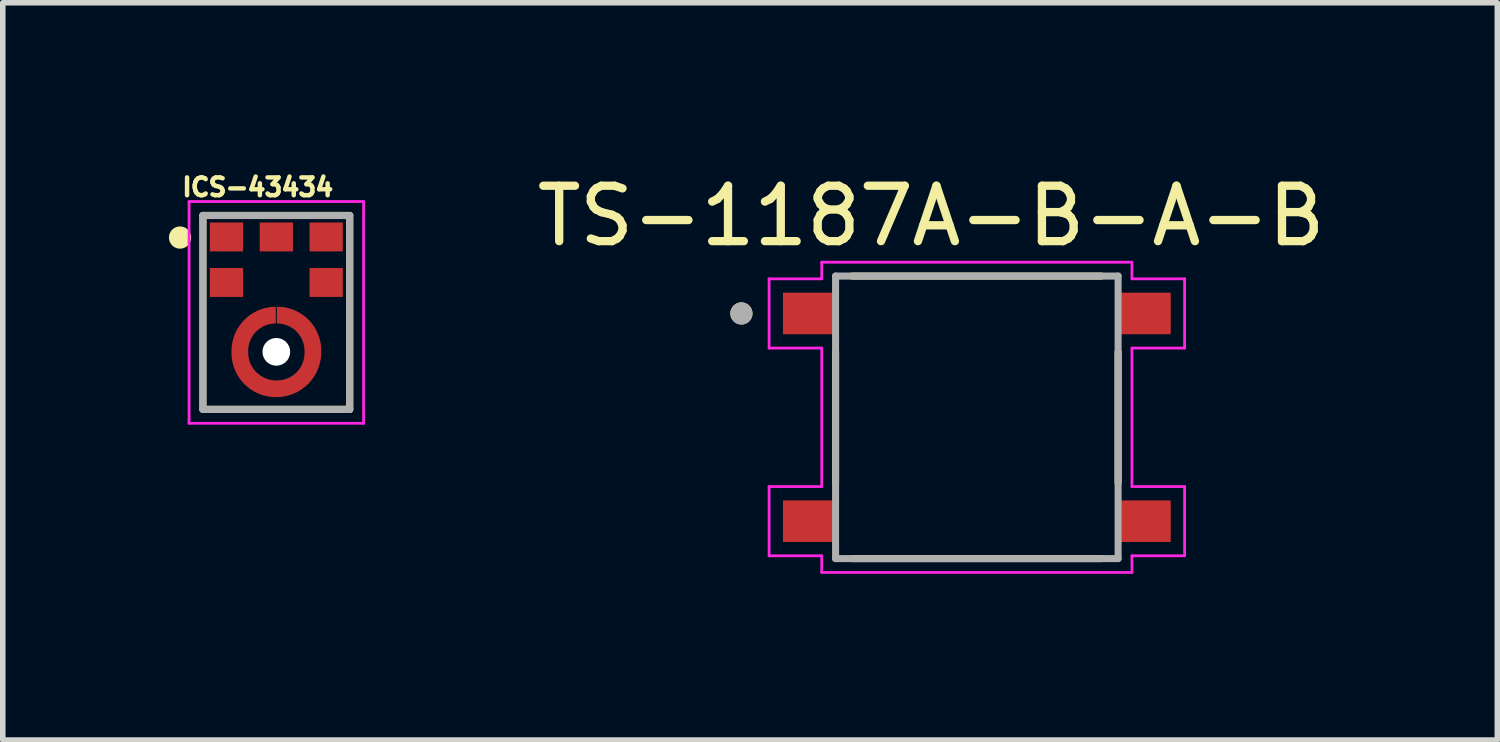
<source format=kicad_pcb>
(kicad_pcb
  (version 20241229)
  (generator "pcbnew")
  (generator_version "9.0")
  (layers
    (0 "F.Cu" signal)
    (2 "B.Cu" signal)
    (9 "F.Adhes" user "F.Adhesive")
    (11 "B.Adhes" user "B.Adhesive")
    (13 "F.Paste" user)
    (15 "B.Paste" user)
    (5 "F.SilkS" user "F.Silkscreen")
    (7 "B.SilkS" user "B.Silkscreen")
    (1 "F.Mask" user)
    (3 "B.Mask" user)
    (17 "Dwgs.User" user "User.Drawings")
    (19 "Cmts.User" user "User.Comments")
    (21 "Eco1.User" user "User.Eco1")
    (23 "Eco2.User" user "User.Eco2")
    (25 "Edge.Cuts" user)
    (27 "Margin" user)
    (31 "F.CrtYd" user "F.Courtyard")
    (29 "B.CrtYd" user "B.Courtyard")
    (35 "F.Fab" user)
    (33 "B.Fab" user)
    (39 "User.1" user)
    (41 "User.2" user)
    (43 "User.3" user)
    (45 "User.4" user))
  (footprint "TS-1187A-B-A-B"
    (layer "F.Cu")
    (at 14.583 4.483)
    (property "Reference" "TS-1187A-B-A-B" (at -0.825 -3.635 0) (layer "F.SilkS") (effects (font (size 1 1) (thickness 0.15))))
    (attr smd)
    (fp_line (start -2.55 -1.18) (end -2.55 1.18) (stroke (width 0.127) (type solid)) (layer "F.SilkS"))
    (fp_line (start 2.25 -2.55) (end -2.25 -2.55) (stroke (width 0.127) (type solid)) (layer "F.SilkS"))
    (fp_line (start 2.25 2.55) (end -2.25 2.55) (stroke (width 0.127) (type solid)) (layer "F.SilkS"))
    (fp_line (start 2.55 1.18) (end 2.55 -1.18) (stroke (width 0.127) (type solid)) (layer "F.SilkS"))
    (fp_circle (center -4.25 -1.875) (end -4.15 -1.875) (stroke (width 0.2) (type solid)) (fill no) (layer "F.SilkS"))
    (fp_line (start -3.75 -2.5) (end -3.75 -1.25) (stroke (width 0.05) (type solid)) (layer "F.CrtYd"))
    (fp_line (start -3.75 -2.5) (end -2.8 -2.5) (stroke (width 0.05) (type solid)) (layer "F.CrtYd"))
    (fp_line (start -3.75 -1.25) (end -2.8 -1.25) (stroke (width 0.05) (type solid)) (layer "F.CrtYd"))
    (fp_line (start -3.75 1.25) (end -2.8 1.25) (stroke (width 0.05) (type solid)) (layer "F.CrtYd"))
    (fp_line (start -3.75 2.5) (end -3.75 1.25) (stroke (width 0.05) (type solid)) (layer "F.CrtYd"))
    (fp_line (start -3.75 2.5) (end -2.8 2.5) (stroke (width 0.05) (type solid)) (layer "F.CrtYd"))
    (fp_line (start -2.8 -2.8) (end -2.8 -2.5) (stroke (width 0.05) (type solid)) (layer "F.CrtYd"))
    (fp_line (start -2.8 -1.25) (end -2.8 1.25) (stroke (width 0.05) (type solid)) (layer "F.CrtYd"))
    (fp_line (start -2.8 2.8) (end -2.8 2.5) (stroke (width 0.05) (type solid)) (layer "F.CrtYd"))
    (fp_line (start -2.8 2.8) (end 2.8 2.8) (stroke (width 0.05) (type solid)) (layer "F.CrtYd"))
    (fp_line (start 2.8 -2.8) (end -2.8 -2.8) (stroke (width 0.05) (type solid)) (layer "F.CrtYd"))
    (fp_line (start 2.8 -2.8) (end 2.8 -2.5) (stroke (width 0.05) (type solid)) (layer "F.CrtYd"))
    (fp_line (start 2.8 -1.25) (end 2.8 1.25) (stroke (width 0.05) (type solid)) (layer "F.CrtYd"))
    (fp_line (start 2.8 2.8) (end 2.8 2.5) (stroke (width 0.05) (type solid)) (layer "F.CrtYd"))
    (fp_line (start 3.75 -2.5) (end 2.8 -2.5) (stroke (width 0.05) (type solid)) (layer "F.CrtYd"))
    (fp_line (start 3.75 -2.5) (end 3.75 -1.25) (stroke (width 0.05) (type solid)) (layer "F.CrtYd"))
    (fp_line (start 3.75 -1.25) (end 2.8 -1.25) (stroke (width 0.05) (type solid)) (layer "F.CrtYd"))
    (fp_line (start 3.75 1.25) (end 2.8 1.25) (stroke (width 0.05) (type solid)) (layer "F.CrtYd"))
    (fp_line (start 3.75 2.5) (end 2.8 2.5) (stroke (width 0.05) (type solid)) (layer "F.CrtYd"))
    (fp_line (start 3.75 2.5) (end 3.75 1.25) (stroke (width 0.05) (type solid)) (layer "F.CrtYd"))
    (fp_line (start -2.55 -2.55) (end -2.55 2.55) (stroke (width 0.127) (type solid)) (layer "F.Fab"))
    (fp_line (start -2.55 2.55) (end 2.55 2.55) (stroke (width 0.127) (type solid)) (layer "F.Fab"))
    (fp_line (start 2.55 -2.55) (end -2.55 -2.55) (stroke (width 0.127) (type solid)) (layer "F.Fab"))
    (fp_line (start 2.55 2.55) (end 2.55 -2.55) (stroke (width 0.127) (type solid)) (layer "F.Fab"))
    (fp_circle (center -4.25 -1.875) (end -4.15 -1.875) (stroke (width 0.2) (type solid)) (fill no) (layer "F.Fab"))
    (pad "1" smd rect (at -3 -1.875) (size 1 0.75) (layers "F.Cu" "F.Mask" "F.Paste"))
    (pad "1" smd rect (at 3 -1.875) (size 1 0.75) (layers "F.Cu" "F.Mask" "F.Paste"))
    (pad "2" smd rect (at -3 1.875) (size 1 0.75) (layers "F.Cu" "F.Mask" "F.Paste"))
    (pad "2" smd rect (at 3 1.875) (size 1 0.75) (layers "F.Cu" "F.Mask" "F.Paste")))
  (footprint "ICS-43434"
    (layer "F.Cu")
    (at 1.938 2.588)
    (property "Reference" "ICS-43434" (at -0.335 -2.259 0) (layer "F.SilkS") (effects (font (size 0.321 0.321) (thickness 0.15))))
    (attr through_hole)
    (fp_circle (center 0 0.713) (end 0.665 0.713) (stroke (width 0.5) (type solid)) (fill no) (layer "F.Mask"))
    (fp_line (start -1.325 -1.75) (end -1.325 1.75) (stroke (width 0.127) (type solid)) (layer "F.SilkS"))
    (fp_line (start -1.325 1.75) (end 1.325 1.75) (stroke (width 0.127) (type solid)) (layer "F.SilkS"))
    (fp_line (start 1.325 -1.75) (end -1.325 -1.75) (stroke (width 0.127) (type solid)) (layer "F.SilkS"))
    (fp_line (start 1.325 1.75) (end 1.325 -1.75) (stroke (width 0.127) (type solid)) (layer "F.SilkS"))
    (fp_circle (center -1.738 -1.35) (end -1.637 -1.35) (stroke (width 0.2) (type solid)) (fill no) (layer "F.SilkS"))
    (fp_poly (pts (xy -0.65 -1.572) (xy -0.65 -1.15) (xy -1.15 -1.15) (xy -1.15 -1.572)) (stroke (width 0.001) (type solid)) (fill yes) (layer "F.Paste"))
    (fp_poly (pts (xy -0.65 -0.75) (xy -0.65 -0.328) (xy -1.15 -0.328) (xy -1.15 -0.75)) (stroke (width 0.001) (type solid)) (fill yes) (layer "F.Paste"))
    (fp_poly (pts (xy 0.25 -1.572) (xy 0.25 -1.15) (xy -0.25 -1.15) (xy -0.25 -1.572)) (stroke (width 0.001) (type solid)) (fill yes) (layer "F.Paste"))
    (fp_poly (pts (xy 1.15 -1.572) (xy 1.15 -1.15) (xy 0.65 -1.15) (xy 0.65 -1.572)) (stroke (width 0.001) (type solid)) (fill yes) (layer "F.Paste"))
    (fp_poly (pts (xy 1.15 -0.75) (xy 1.15 -0.328) (xy 0.65 -0.328) (xy 0.65 -0.75)) (stroke (width 0.001) (type solid)) (fill yes) (layer "F.Paste"))
    (fp_poly (pts (xy -0.51 0.663) (xy -0.508 0.642) (xy -0.504 0.618) (xy -0.499 0.595) (xy -0.493 0.572) (xy -0.486 0.55) (xy -0.478 0.527) (xy -0.469 0.505) (xy -0.459 0.484) (xy -0.448 0.463) (xy -0.436 0.443) (xy -0.423 0.423) (xy -0.41 0.403) (xy -0.395 0.385) (xy -0.379 0.367) (xy -0.363 0.35) (xy -0.346 0.334) (xy -0.328 0.318) (xy -0.31 0.303) (xy -0.29 0.29) (xy -0.27 0.277) (xy -0.25 0.265) (xy -0.229 0.254) (xy -0.208 0.244) (xy -0.186 0.235) (xy -0.163 0.227) (xy -0.141 0.22) (xy -0.118 0.214) (xy -0.095 0.209) (xy -0.071 0.205) (xy -0.05 0.203) (xy -0.05 -0.097) (xy -0.089 -0.094) (xy -0.127 -0.089) (xy -0.166 -0.082) (xy -0.204 -0.074) (xy -0.242 -0.063) (xy -0.28 -0.051) (xy -0.316 -0.036) (xy -0.352 -0.02) (xy -0.387 -0.003) (xy -0.421 0.017) (xy -0.454 0.038) (xy -0.487 0.06) (xy -0.518 0.085) (xy -0.547 0.11) (xy -0.576 0.137) (xy -0.603 0.166) (xy -0.628 0.195) (xy -0.653 0.226) (xy -0.675 0.259) (xy -0.696 0.292) (xy -0.716 0.326) (xy -0.733 0.361) (xy -0.749 0.397) (xy -0.764 0.433) (xy -0.776 0.471) (xy -0.787 0.509) (xy -0.795 0.547) (xy -0.802 0.586) (xy -0.807 0.624) (xy -0.81 0.663) (xy -0.51 0.663)) (stroke (width 0.001) (type solid)) (fill yes) (layer "F.Paste"))
    (fp_poly (pts (xy -0.05 1.223) (xy -0.071 1.221) (xy -0.095 1.217) (xy -0.118 1.212) (xy -0.141 1.206) (xy -0.163 1.199) (xy -0.186 1.191) (xy -0.208 1.182) (xy -0.229 1.172) (xy -0.25 1.161) (xy -0.27 1.149) (xy -0.29 1.136) (xy -0.31 1.123) (xy -0.328 1.108) (xy -0.346 1.092) (xy -0.363 1.076) (xy -0.379 1.059) (xy -0.395 1.041) (xy -0.41 1.023) (xy -0.423 1.003) (xy -0.436 0.983) (xy -0.448 0.963) (xy -0.459 0.942) (xy -0.469 0.921) (xy -0.478 0.899) (xy -0.486 0.876) (xy -0.493 0.854) (xy -0.499 0.831) (xy -0.504 0.808) (xy -0.508 0.784) (xy -0.51 0.763) (xy -0.81 0.763) (xy -0.807 0.802) (xy -0.802 0.84) (xy -0.795 0.879) (xy -0.787 0.917) (xy -0.776 0.955) (xy -0.764 0.993) (xy -0.749 1.029) (xy -0.733 1.065) (xy -0.716 1.1) (xy -0.696 1.134) (xy -0.675 1.167) (xy -0.653 1.2) (xy -0.628 1.231) (xy -0.603 1.26) (xy -0.576 1.289) (xy -0.547 1.316) (xy -0.518 1.341) (xy -0.487 1.366) (xy -0.454 1.388) (xy -0.421 1.409) (xy -0.387 1.429) (xy -0.352 1.446) (xy -0.316 1.462) (xy -0.28 1.477) (xy -0.242 1.489) (xy -0.204 1.5) (xy -0.166 1.508) (xy -0.127 1.515) (xy -0.089 1.52) (xy -0.05 1.523) (xy -0.05 1.223)) (stroke (width 0.001) (type solid)) (fill yes) (layer "F.Paste"))
    (fp_poly (pts (xy 0.05 0.203) (xy 0.071 0.205) (xy 0.095 0.209) (xy 0.118 0.214) (xy 0.141 0.22) (xy 0.163 0.227) (xy 0.186 0.235) (xy 0.208 0.244) (xy 0.229 0.254) (xy 0.25 0.265) (xy 0.27 0.277) (xy 0.29 0.29) (xy 0.31 0.303) (xy 0.328 0.318) (xy 0.346 0.334) (xy 0.363 0.35) (xy 0.379 0.367) (xy 0.395 0.385) (xy 0.41 0.403) (xy 0.423 0.423) (xy 0.436 0.443) (xy 0.448 0.463) (xy 0.459 0.484) (xy 0.469 0.505) (xy 0.478 0.527) (xy 0.486 0.55) (xy 0.493 0.572) (xy 0.499 0.595) (xy 0.504 0.618) (xy 0.508 0.642) (xy 0.51 0.663) (xy 0.81 0.663) (xy 0.807 0.624) (xy 0.802 0.586) (xy 0.795 0.547) (xy 0.787 0.509) (xy 0.776 0.471) (xy 0.764 0.433) (xy 0.749 0.397) (xy 0.733 0.361) (xy 0.716 0.326) (xy 0.696 0.292) (xy 0.675 0.259) (xy 0.653 0.226) (xy 0.628 0.195) (xy 0.603 0.166) (xy 0.576 0.137) (xy 0.547 0.11) (xy 0.518 0.085) (xy 0.487 0.06) (xy 0.454 0.038) (xy 0.421 0.017) (xy 0.387 -0.003) (xy 0.352 -0.02) (xy 0.316 -0.036) (xy 0.28 -0.051) (xy 0.242 -0.063) (xy 0.204 -0.074) (xy 0.166 -0.082) (xy 0.127 -0.089) (xy 0.089 -0.094) (xy 0.05 -0.097) (xy 0.05 0.203)) (stroke (width 0.001) (type solid)) (fill yes) (layer "F.Paste"))
    (fp_poly (pts (xy 0.51 0.763) (xy 0.508 0.784) (xy 0.504 0.808) (xy 0.499 0.831) (xy 0.493 0.854) (xy 0.486 0.876) (xy 0.478 0.899) (xy 0.469 0.921) (xy 0.459 0.942) (xy 0.448 0.963) (xy 0.436 0.983) (xy 0.423 1.003) (xy 0.41 1.023) (xy 0.395 1.041) (xy 0.379 1.059) (xy 0.363 1.076) (xy 0.346 1.092) (xy 0.328 1.108) (xy 0.31 1.123) (xy 0.29 1.136) (xy 0.27 1.149) (xy 0.25 1.161) (xy 0.229 1.172) (xy 0.208 1.182) (xy 0.186 1.191) (xy 0.163 1.199) (xy 0.141 1.206) (xy 0.118 1.212) (xy 0.095 1.217) (xy 0.071 1.221) (xy 0.05 1.223) (xy 0.05 1.523) (xy 0.089 1.52) (xy 0.127 1.515) (xy 0.166 1.508) (xy 0.204 1.5) (xy 0.242 1.489) (xy 0.28 1.477) (xy 0.316 1.462) (xy 0.352 1.446) (xy 0.387 1.429) (xy 0.421 1.409) (xy 0.454 1.388) (xy 0.487 1.366) (xy 0.518 1.341) (xy 0.547 1.316) (xy 0.576 1.289) (xy 0.603 1.26) (xy 0.628 1.231) (xy 0.653 1.2) (xy 0.675 1.167) (xy 0.696 1.134) (xy 0.716 1.1) (xy 0.733 1.065) (xy 0.749 1.029) (xy 0.764 0.993) (xy 0.776 0.955) (xy 0.787 0.917) (xy 0.795 0.879) (xy 0.802 0.84) (xy 0.807 0.802) (xy 0.81 0.763) (xy 0.51 0.763)) (stroke (width 0.001) (type solid)) (fill yes) (layer "F.Paste"))
    (fp_line (start -1.575 -2) (end 1.575 -2) (stroke (width 0.05) (type solid)) (layer "F.CrtYd"))
    (fp_line (start -1.575 2.003) (end -1.575 -2) (stroke (width 0.05) (type solid)) (layer "F.CrtYd"))
    (fp_line (start 1.575 -2) (end 1.575 2.003) (stroke (width 0.05) (type solid)) (layer "F.CrtYd"))
    (fp_line (start 1.575 2.003) (end -1.575 2.003) (stroke (width 0.05) (type solid)) (layer "F.CrtYd"))
    (fp_line (start -1.325 -1.747) (end 1.325 -1.747) (stroke (width 0.127) (type solid)) (layer "F.Fab"))
    (fp_line (start -1.325 1.753) (end -1.325 -1.747) (stroke (width 0.127) (type solid)) (layer "F.Fab"))
    (fp_line (start 1.325 -1.747) (end 1.325 1.753) (stroke (width 0.127) (type solid)) (layer "F.Fab"))
    (fp_line (start 1.325 1.753) (end -1.325 1.753) (stroke (width 0.127) (type solid)) (layer "F.Fab"))
    (pad "" np_thru_hole circle (at 0 0.713) (size 0.5 0.5) (drill 0.5) (layers "*.Cu" "*.Mask"))
    (pad "1" smd rect (at -0.9 -1.361) (size 0.6 0.522) (layers "F.Cu" "F.Mask"))
    (pad "2" smd rect (at -0.9 -0.539) (size 0.6 0.522) (layers "F.Cu" "F.Mask"))
    (pad "3" smd custom (at -0.015 1.383) (size 0.1 0.1) (layers "F.Cu") (options (anchor rect)) (primitives (gr_poly (pts (xy 0.005 -1.483) (xy 0.005 -1.183) (xy -0.021 -1.182) (xy -0.046 -1.18) (xy -0.072 -1.177) (xy -0.099 -1.172) (xy -0.123 -1.166) (xy -0.149 -1.159) (xy -0.173 -1.15) (xy -0.198 -1.14) (xy -0.222 -1.129) (xy -0.244 -1.116) (xy -0.267 -1.102) (xy -0.288 -1.088) (xy -0.309 -1.072) (xy -0.33 -1.055) (xy -0.348 -1.037) (xy -0.366 -1.018) (xy -0.384 -0.998) (xy -0.4 -0.977) (xy -0.413 -0.955) (xy -0.427 -0.933) (xy -0.441 -0.91) (xy -0.452 -0.886) (xy -0.462 -0.862) (xy -0.47 -0.838) (xy -0.477 -0.812) (xy -0.483 -0.787) (xy -0.488 -0.761) (xy -0.491 -0.735) (xy -0.493 -0.709) (xy -0.494 -0.683) (xy -0.494 -0.663) (xy -0.493 -0.636) (xy -0.491 -0.61) (xy -0.488 -0.583) (xy -0.483 -0.557) (xy -0.477 -0.531) (xy -0.469 -0.505) (xy -0.461 -0.48) (xy -0.451 -0.456) (xy -0.439 -0.431) (xy -0.426 -0.408) (xy -0.412 -0.385) (xy -0.398 -0.363) (xy -0.381 -0.342) (xy -0.363 -0.322) (xy -0.345 -0.302) (xy -0.326 -0.284) (xy -0.305 -0.267) (xy -0.284 -0.25) (xy -0.263 -0.235) (xy -0.239 -0.221) (xy -0.216 -0.209) (xy -0.192 -0.197) (xy -0.168 -0.187) (xy -0.142 -0.178) (xy -0.117 -0.17) (xy -0.09 -0.164) (xy -0.065 -0.159) (xy -0.037 -0.156) (xy -0.011 -0.154) (xy 0.015 -0.153) (xy 0.025 -0.153) (xy 0.051 -0.154) (xy 0.077 -0.156) (xy 0.103 -0.159) (xy 0.13 -0.164) (xy 0.154 -0.17) (xy 0.18 -0.177) (xy 0.204 -0.186) (xy 0.229 -0.196) (xy 0.253 -0.207) (xy 0.276 -0.22) (xy 0.297 -0.234) (xy 0.32 -0.248) (xy 0.341 -0.264) (xy 0.36 -0.281) (xy 0.38 -0.299) (xy 0.398 -0.318) (xy 0.414 -0.338) (xy 0.43 -0.359) (xy 0.445 -0.381) (xy 0.459 -0.403) (xy 0.471 -0.426) (xy 0.482 -0.45) (xy 0.492 -0.474) (xy 0.501 -0.498) (xy 0.508 -0.524) (xy 0.514 -0.549) (xy 0.519 -0.575) (xy 0.522 -0.601) (xy 0.524 -0.627) (xy 0.525 -0.653) (xy 0.525 -0.683) (xy 0.524 -0.709) (xy 0.522 -0.735) (xy 0.519 -0.761) (xy 0.514 -0.787) (xy 0.508 -0.812) (xy 0.501 -0.838) (xy 0.492 -0.862) (xy 0.482 -0.886) (xy 0.471 -0.91) (xy 0.459 -0.933) (xy 0.445 -0.955) (xy 0.43 -0.977) (xy 0.414 -0.998) (xy 0.398 -1.018) (xy 0.38 -1.037) (xy 0.36 -1.055) (xy 0.341 -1.072) (xy 0.32 -1.088) (xy 0.297 -1.102) (xy 0.276 -1.116) (xy 0.253 -1.129) (xy 0.229 -1.14) (xy 0.204 -1.15) (xy 0.18 -1.159) (xy 0.154 -1.166) (xy 0.13 -1.172) (xy 0.103 -1.177) (xy 0.077 -1.18) (xy 0.051 -1.182) (xy 0.025 -1.183) (xy 0.025 -1.483) (xy 0.035 -1.483) (xy 0.076 -1.482) (xy 0.118 -1.479) (xy 0.16 -1.473) (xy 0.2 -1.466) (xy 0.239 -1.456) (xy 0.28 -1.444) (xy 0.319 -1.431) (xy 0.356 -1.415) (xy 0.395 -1.397) (xy 0.43 -1.377) (xy 0.466 -1.356) (xy 0.499 -1.332) (xy 0.532 -1.307) (xy 0.565 -1.28) (xy 0.595 -1.252) (xy 0.623 -1.222) (xy 0.649 -1.19) (xy 0.674 -1.157) (xy 0.699 -1.123) (xy 0.72 -1.088) (xy 0.74 -1.052) (xy 0.757 -1.014) (xy 0.773 -0.976) (xy 0.786 -0.937) (xy 0.798 -0.897) (xy 0.808 -0.857) (xy 0.816 -0.817) (xy 0.822 -0.776) (xy 0.825 -0.734) (xy 0.826 -0.693) (xy 0.826 -0.663) (xy 0.825 -0.621) (xy 0.822 -0.578) (xy 0.816 -0.536) (xy 0.807 -0.495) (xy 0.797 -0.453) (xy 0.785 -0.413) (xy 0.771 -0.373) (xy 0.755 -0.334) (xy 0.738 -0.295) (xy 0.717 -0.258) (xy 0.695 -0.222) (xy 0.67 -0.187) (xy 0.644 -0.153) (xy 0.618 -0.121) (xy 0.589 -0.09) (xy 0.557 -0.061) (xy 0.525 -0.034) (xy 0.491 -0.008) (xy 0.457 0.016) (xy 0.42 0.038) (xy 0.384 0.059) (xy 0.344 0.077) (xy 0.305 0.093) (xy 0.266 0.107) (xy 0.226 0.119) (xy 0.183 0.129) (xy 0.142 0.137) (xy 0.101 0.143) (xy 0.058 0.146) (xy 0.015 0.147) (xy 0.005 0.147) (xy -0.036 0.146) (xy -0.079 0.143) (xy -0.119 0.137) (xy -0.161 0.13) (xy -0.202 0.12) (xy -0.241 0.108) (xy -0.281 0.094) (xy -0.32 0.078) (xy -0.357 0.06) (xy -0.395 0.04) (xy -0.43 0.018) (xy -0.465 -0.006) (xy -0.497 -0.031) (xy -0.529 -0.058) (xy -0.56 -0.087) (xy -0.59 -0.118) (xy -0.617 -0.15) (xy -0.641 -0.183) (xy -0.665 -0.217) (xy -0.688 -0.253) (xy -0.708 -0.29) (xy -0.726 -0.328) (xy -0.742 -0.366) (xy -0.755 -0.406) (xy -0.767 -0.446) (xy -0.777 -0.487) (xy -0.784 -0.528) (xy -0.79 -0.569) (xy -0.793 -0.611) (xy -0.794 -0.653) (xy -0.794 -0.683) (xy -0.793 -0.725) (xy -0.79 -0.767) (xy -0.784 -0.808) (xy -0.777 -0.849) (xy -0.767 -0.89) (xy -0.755 -0.93) (xy -0.742 -0.97) (xy -0.726 -1.008) (xy -0.708 -1.046) (xy -0.688 -1.083) (xy -0.665 -1.119) (xy -0.641 -1.153) (xy -0.617 -1.186) (xy -0.59 -1.218) (xy -0.56 -1.249) (xy -0.529 -1.278) (xy -0.497 -1.305) (xy -0.465 -1.33) (xy -0.43 -1.354) (xy -0.395 -1.376) (xy -0.357 -1.396) (xy -0.32 -1.414) (xy -0.281 -1.43) (xy -0.241 -1.444) (xy -0.202 -1.456) (xy -0.161 -1.466) (xy -0.119 -1.473) (xy -0.079 -1.479) (xy -0.036 -1.482) (xy 0.005 -1.483)) (width 0.001) (fill yes))))
    (pad "4" smd rect (at 0.9 -0.539) (size 0.6 0.522) (layers "F.Cu" "F.Mask"))
    (pad "5" smd rect (at 0.9 -1.361) (size 0.6 0.522) (layers "F.Cu" "F.Mask"))
    (pad "6" smd rect (at 0 -1.361) (size 0.6 0.522) (layers "F.Cu" "F.Mask")))
  (gr_rect
    (start -3 -3)
    (end 23.978 10.308)
    (stroke (width 0.1) (type default))
    (fill no)
    (layer "Edge.Cuts")))
</source>
